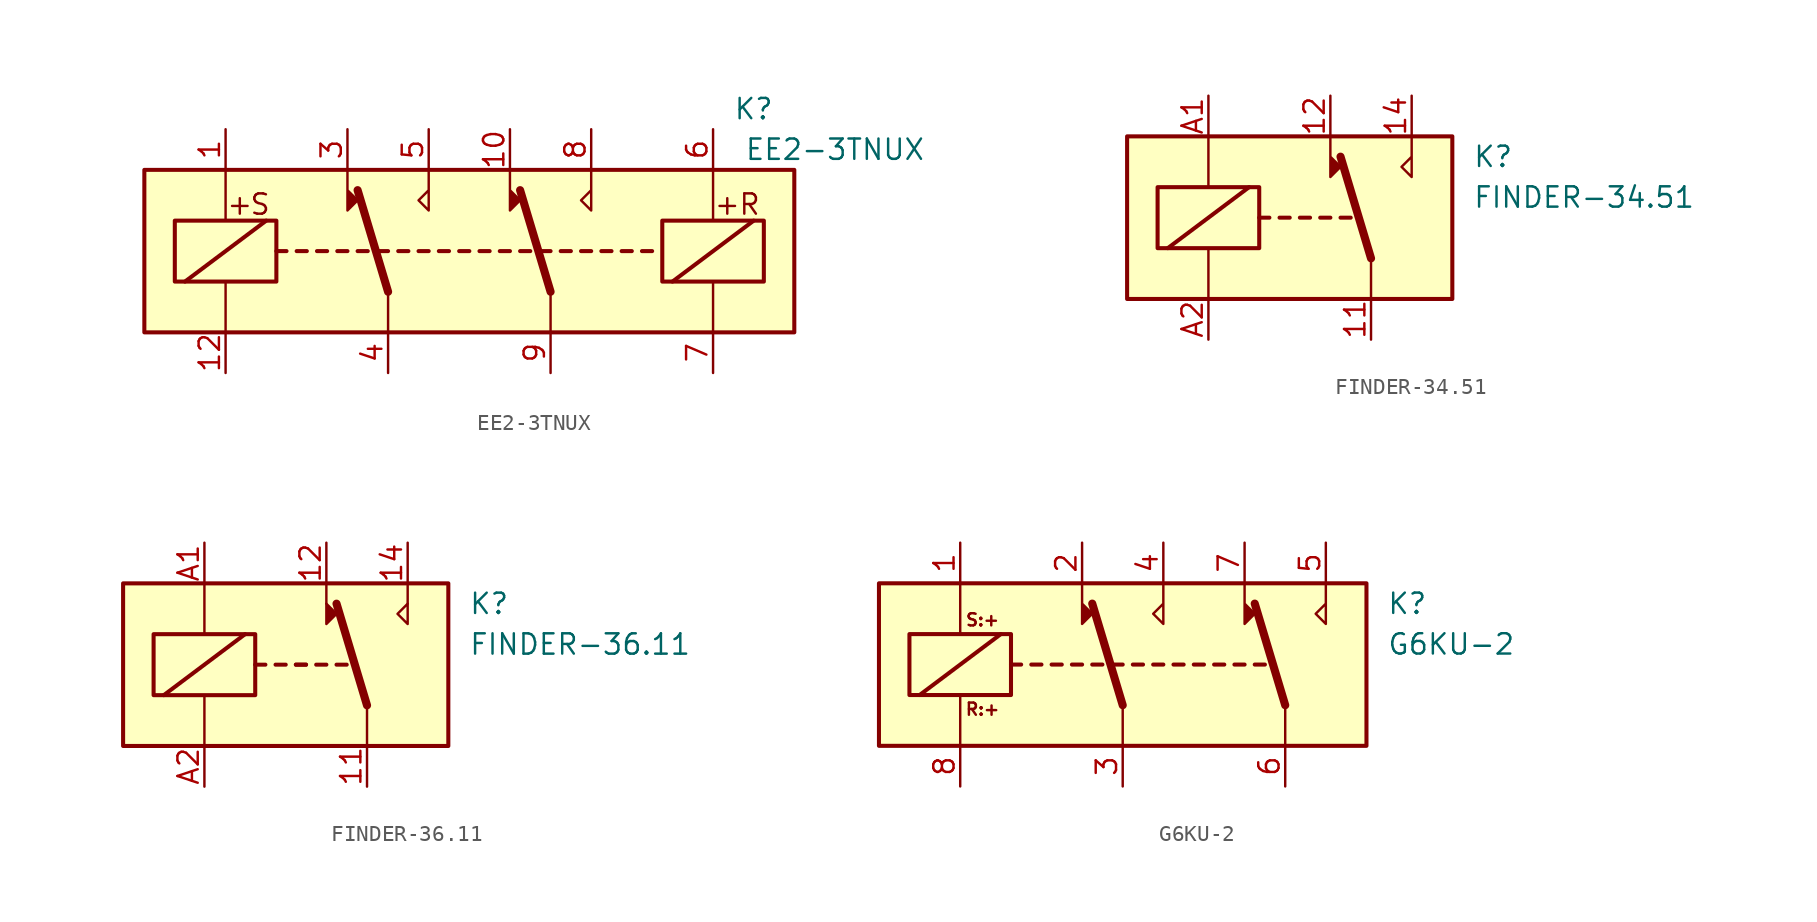
<source format=kicad_sym>
(kicad_symbol_lib
  (version 20241209)
  (generator "kicad_symbol_editor")
  (generator_version "9.0")
  (symbol "EE2-3TNUX"
    (property "Reference" "K"
      (at 17.78 8.89 0)
      (effects (font (size 1.27 1.27))))
    (property "Value" "EE2-3TNUX"
      (at 22.86 6.35 0)
      (effects (font (size 1.27 1.27))))
    (symbol "EE2-3TNUX_1_1"
      (rectangle (start -20.32 5.08) (end 20.32 -5.08) (stroke (width 0.254) (type default)) (fill (type background)))
      (rectangle (start -18.415 1.905) (end -12.065 -1.905) (stroke (width 0.254) (type default)) (fill (type none)))
      (polyline (pts (xy -17.78 -1.905) (xy -12.7 1.905)) (stroke (width 0.254) (type default)) (fill (type none)))
      (polyline (pts (xy -15.24 5.08) (xy -15.24 1.905)) (stroke (width 0) (type default)) (fill (type none)))
      (polyline (pts (xy -15.24 -5.08) (xy -15.24 -1.905)) (stroke (width 0) (type default)) (fill (type none)))
      (polyline (pts (xy -12.065 0) (xy -11.43 0)) (stroke (width 0.254) (type default)) (fill (type none)))
      (polyline (pts (xy -10.795 0) (xy -10.16 0)) (stroke (width 0.254) (type default)) (fill (type none)))
      (polyline (pts (xy -9.525 0) (xy -8.89 0)) (stroke (width 0.254) (type default)) (fill (type none)))
      (polyline (pts (xy -8.255 0) (xy -7.62 0)) (stroke (width 0.254) (type default)) (fill (type none)))
      (polyline (pts (xy -7.62 5.08) (xy -7.62 2.54) (xy -6.985 3.175) (xy -7.62 3.81)) (stroke (width 0) (type default)) (fill (type outline)))
      (polyline (pts (xy -6.985 0) (xy -6.35 0)) (stroke (width 0.254) (type default)) (fill (type none)))
      (polyline (pts (xy -5.715 0) (xy -5.08 0)) (stroke (width 0.254) (type default)) (fill (type none)))
      (polyline (pts (xy -5.08 -2.54) (xy -6.985 3.81)) (stroke (width 0.508) (type default)) (fill (type none)))
      (polyline (pts (xy -5.08 -2.54) (xy -5.08 -5.08)) (stroke (width 0) (type default)) (fill (type none)))
      (polyline (pts (xy -4.445 0) (xy -3.81 0)) (stroke (width 0.254) (type default)) (fill (type none)))
      (polyline (pts (xy -3.175 0) (xy -2.54 0)) (stroke (width 0.254) (type default)) (fill (type none)))
      (polyline (pts (xy -2.54 5.08) (xy -2.54 2.54) (xy -3.175 3.175) (xy -2.54 3.81)) (stroke (width 0) (type default)) (fill (type none)))
      (polyline (pts (xy -1.905 0) (xy -1.27 0)) (stroke (width 0.254) (type default)) (fill (type none)))
      (polyline (pts (xy -0.635 0) (xy 0 0)) (stroke (width 0.254) (type default)) (fill (type none)))
      (polyline (pts (xy 0.635 0) (xy 1.27 0)) (stroke (width 0.254) (type default)) (fill (type none)))
      (polyline (pts (xy 1.905 0) (xy 2.54 0)) (stroke (width 0.254) (type default)) (fill (type none)))
      (polyline (pts (xy 2.54 5.08) (xy 2.54 2.54) (xy 3.175 3.175) (xy 2.54 3.81)) (stroke (width 0) (type default)) (fill (type outline)))
      (polyline (pts (xy 3.175 0) (xy 3.81 0)) (stroke (width 0.254) (type default)) (fill (type none)))
      (polyline (pts (xy 4.445 0) (xy 5.08 0)) (stroke (width 0.254) (type default)) (fill (type none)))
      (polyline (pts (xy 5.08 -2.54) (xy 3.175 3.81)) (stroke (width 0.508) (type default)) (fill (type none)))
      (polyline (pts (xy 5.08 -2.54) (xy 5.08 -5.08)) (stroke (width 0) (type default)) (fill (type none)))
      (polyline (pts (xy 5.715 0) (xy 6.35 0)) (stroke (width 0.254) (type default)) (fill (type none)))
      (polyline (pts (xy 6.985 0) (xy 7.62 0)) (stroke (width 0.254) (type default)) (fill (type none)))
      (polyline (pts (xy 7.62 5.08) (xy 7.62 2.54) (xy 6.985 3.175) (xy 7.62 3.81)) (stroke (width 0) (type default)) (fill (type none)))
      (polyline (pts (xy 8.255 0) (xy 8.89 0)) (stroke (width 0.254) (type default)) (fill (type none)))
      (polyline (pts (xy 9.525 0) (xy 10.16 0)) (stroke (width 0.254) (type default)) (fill (type none)))
      (polyline (pts (xy 10.795 0) (xy 11.43 0)) (stroke (width 0.254) (type default)) (fill (type none)))
      (rectangle (start 12.065 1.905) (end 18.415 -1.905) (stroke (width 0.254) (type default)) (fill (type none)))
      (polyline (pts (xy 12.7 -1.905) (xy 17.78 1.905)) (stroke (width 0.254) (type default)) (fill (type none)))
      (polyline (pts (xy 15.24 5.08) (xy 15.24 1.905)) (stroke (width 0) (type default)) (fill (type none)))
      (polyline (pts (xy 15.24 -5.08) (xy 15.24 -1.905)) (stroke (width 0) (type default)) (fill (type none)))
      (text "+" (at -14.351 2.921 0) (effects (font (size 1.27 1.27))))
      (text "S" (at -13.081 2.921 0) (effects (font (size 1.27 1.27))))
      (text "+" (at 16.129 2.921 0) (effects (font (size 1.27 1.27))))
      (text "R" (at 17.526 2.921 0) (effects (font (size 1.27 1.27))))
      (pin passive line (at -15.24 7.62 270) (length 2.54) (name "~" (effects (font (size 1.27 1.27)))) (number "1" (effects (font (size 1.27 1.27)))))
      (pin passive line (at -15.24 -7.62 90) (length 2.54) (name "~" (effects (font (size 1.27 1.27)))) (number "12" (effects (font (size 1.27 1.27)))))
      (pin passive line (at -7.62 7.62 270) (length 2.54) (name "~" (effects (font (size 1.27 1.27)))) (number "3" (effects (font (size 1.27 1.27)))))
      (pin passive line (at -5.08 -7.62 90) (length 2.54) (name "~" (effects (font (size 1.27 1.27)))) (number "4" (effects (font (size 1.27 1.27)))))
      (pin passive line (at -2.54 7.62 270) (length 2.54) (name "~" (effects (font (size 1.27 1.27)))) (number "5" (effects (font (size 1.27 1.27)))))
      (pin passive line (at 2.54 7.62 270) (length 2.54) (name "~" (effects (font (size 1.27 1.27)))) (number "10" (effects (font (size 1.27 1.27)))))
      (pin passive line (at 5.08 -7.62 90) (length 2.54) (name "~" (effects (font (size 1.27 1.27)))) (number "9" (effects (font (size 1.27 1.27)))))
      (pin passive line (at 7.62 7.62 270) (length 2.54) (name "~" (effects (font (size 1.27 1.27)))) (number "8" (effects (font (size 1.27 1.27)))))
      (pin passive line (at 15.24 7.62 270) (length 2.54) (name "~" (effects (font (size 1.27 1.27)))) (number "6" (effects (font (size 1.27 1.27)))))
      (pin passive line (at 15.24 -7.62 90) (length 2.54) (name "~" (effects (font (size 1.27 1.27)))) (number "7" (effects (font (size 1.27 1.27)))))))
  (symbol "FINDER-34.51"
    (property "Reference" "K"
      (at 11.43 3.81 0)
      (effects (font (size 1.27 1.27)) (justify left)))
    (property "Value" "FINDER-34.51"
      (at 11.43 1.27 0)
      (effects (font (size 1.27 1.27)) (justify left)))
    (symbol "FINDER-34.51_0_0"
      (polyline (pts (xy 7.62 5.08) (xy 7.62 2.54) (xy 6.985 3.175) (xy 7.62 3.81)) (stroke (width 0) (type default)) (fill (type none))))
    (symbol "FINDER-34.51_0_1"
      (rectangle (start -10.16 5.08) (end 10.16 -5.08) (stroke (width 0.254) (type default)) (fill (type background)))
      (rectangle (start -8.255 1.905) (end -1.905 -1.905) (stroke (width 0.254) (type default)) (fill (type none)))
      (polyline (pts (xy -7.62 -1.905) (xy -2.54 1.905)) (stroke (width 0.254) (type default)) (fill (type none)))
      (polyline (pts (xy -5.08 5.08) (xy -5.08 1.905)) (stroke (width 0) (type default)) (fill (type none)))
      (polyline (pts (xy -5.08 -5.08) (xy -5.08 -1.905)) (stroke (width 0) (type default)) (fill (type none)))
      (polyline (pts (xy -1.905 0) (xy -1.27 0)) (stroke (width 0.254) (type default)) (fill (type none)))
      (polyline (pts (xy -0.635 0) (xy 0 0)) (stroke (width 0.254) (type default)) (fill (type none)))
      (polyline (pts (xy 0.635 0) (xy 1.27 0)) (stroke (width 0.254) (type default)) (fill (type none)))
      (polyline (pts (xy 1.905 0) (xy 2.54 0)) (stroke (width 0.254) (type default)) (fill (type none)))
      (polyline (pts (xy 2.54 5.08) (xy 2.54 2.54) (xy 3.175 3.175) (xy 2.54 3.81)) (stroke (width 0) (type default)) (fill (type outline)))
      (polyline (pts (xy 3.175 0) (xy 3.81 0)) (stroke (width 0.254) (type default)) (fill (type none)))
      (polyline (pts (xy 5.08 -2.54) (xy 3.175 3.81)) (stroke (width 0.508) (type default)) (fill (type none)))
      (polyline (pts (xy 5.08 -2.54) (xy 5.08 -5.08)) (stroke (width 0) (type default)) (fill (type none))))
    (symbol "FINDER-34.51_1_1"
      (pin passive line (at -5.08 7.62 270) (length 2.54) (name "~" (effects (font (size 1.27 1.27)))) (number "A1" (effects (font (size 1.27 1.27)))))
      (pin passive line (at -5.08 -7.62 90) (length 2.54) (name "~" (effects (font (size 1.27 1.27)))) (number "A2" (effects (font (size 1.27 1.27)))))
      (pin passive line (at 2.54 7.62 270) (length 2.54) (name "~" (effects (font (size 1.27 1.27)))) (number "12" (effects (font (size 1.27 1.27)))))
      (pin passive line (at 5.08 -7.62 90) (length 2.54) (name "~" (effects (font (size 1.27 1.27)))) (number "11" (effects (font (size 1.27 1.27)))))
      (pin passive line (at 7.62 7.62 270) (length 2.54) (name "~" (effects (font (size 1.27 1.27)))) (number "14" (effects (font (size 1.27 1.27)))))))
  (symbol "FINDER-36.11"
    (property "Reference" "K"
      (at 11.43 3.81 0)
      (effects (font (size 1.27 1.27)) (justify left)))
    (property "Value" "FINDER-36.11"
      (at 11.43 1.27 0)
      (effects (font (size 1.27 1.27)) (justify left)))
    (symbol "FINDER-36.11_0_0"
      (polyline (pts (xy 2.54 3.81) (xy 2.54 5.08)) (stroke (width 0) (type default)) (fill (type none)))
      (polyline (pts (xy 7.62 3.81) (xy 7.62 5.08)) (stroke (width 0) (type default)) (fill (type none)))
      (polyline (pts (xy 7.62 3.81) (xy 7.62 2.54) (xy 6.985 3.175) (xy 7.62 3.81)) (stroke (width 0) (type default)) (fill (type none))))
    (symbol "FINDER-36.11_0_1"
      (rectangle (start -10.16 5.08) (end 10.16 -5.08) (stroke (width 0.254) (type default)) (fill (type background)))
      (rectangle (start -8.255 1.905) (end -1.905 -1.905) (stroke (width 0.254) (type default)) (fill (type none)))
      (polyline (pts (xy -7.62 -1.905) (xy -2.54 1.905)) (stroke (width 0.254) (type default)) (fill (type none)))
      (polyline (pts (xy -5.08 5.08) (xy -5.08 1.905)) (stroke (width 0) (type default)) (fill (type none)))
      (polyline (pts (xy -5.08 -5.08) (xy -5.08 -1.905)) (stroke (width 0) (type default)) (fill (type none)))
      (polyline (pts (xy -1.905 0) (xy -1.27 0)) (stroke (width 0.254) (type default)) (fill (type none)))
      (polyline (pts (xy -0.635 0) (xy 0 0)) (stroke (width 0.254) (type default)) (fill (type none)))
      (polyline (pts (xy 0.635 0) (xy 1.27 0)) (stroke (width 0.254) (type default)) (fill (type none)))
      (polyline (pts (xy 0.635 0) (xy 1.27 0)) (stroke (width 0.254) (type default)) (fill (type none)))
      (polyline (pts (xy 1.905 0) (xy 2.54 0)) (stroke (width 0.254) (type default)) (fill (type none)))
      (polyline (pts (xy 2.54 2.54) (xy 2.54 3.81) (xy 2.54 2.54) (xy 2.54 2.54) (xy 3.175 3.175) (xy 2.54 3.81)) (stroke (width 0) (type default)) (fill (type outline)))
      (polyline (pts (xy 3.175 0) (xy 3.81 0)) (stroke (width 0.254) (type default)) (fill (type none)))
      (polyline (pts (xy 5.08 -2.54) (xy 3.175 3.81)) (stroke (width 0.508) (type default)) (fill (type none)))
      (polyline (pts (xy 5.08 -2.54) (xy 5.08 -5.08)) (stroke (width 0) (type default)) (fill (type none))))
    (symbol "FINDER-36.11_1_1"
      (pin passive line (at -5.08 7.62 270) (length 2.54) (name "~" (effects (font (size 1.27 1.27)))) (number "A1" (effects (font (size 1.27 1.27)))))
      (pin passive line (at -5.08 -7.62 90) (length 2.54) (name "~" (effects (font (size 1.27 1.27)))) (number "A2" (effects (font (size 1.27 1.27)))))
      (pin passive line (at 2.54 7.62 270) (length 2.54) (name "~" (effects (font (size 1.27 1.27)))) (number "12" (effects (font (size 1.27 1.27)))))
      (pin passive line (at 5.08 -7.62 90) (length 2.54) (name "~" (effects (font (size 1.27 1.27)))) (number "11" (effects (font (size 1.27 1.27)))))
      (pin passive line (at 7.62 7.62 270) (length 2.54) (name "~" (effects (font (size 1.27 1.27)))) (number "14" (effects (font (size 1.27 1.27)))))))
  (symbol "G6KU-2"
    (property "Reference" "K"
      (at 16.51 3.81 0)
      (effects (font (size 1.27 1.27)) (justify left)))
    (property "Value" "G6KU-2"
      (at 16.51 1.27 0)
      (effects (font (size 1.27 1.27)) (justify left)))
    (symbol "G6KU-2_0_0"
      (text "S:+" (at -8.763 2.794 0) (effects (font (size 0.762 0.762))))
      (text "R:+" (at -8.763 -2.794 0) (effects (font (size 0.762 0.762)))))
    (symbol "G6KU-2_0_1"
      (rectangle (start -15.24 5.08) (end 15.24 -5.08) (stroke (width 0.254) (type default)) (fill (type background)))
      (rectangle (start -13.335 1.905) (end -6.985 -1.905) (stroke (width 0.254) (type default)) (fill (type none)))
      (polyline (pts (xy -12.7 -1.905) (xy -7.62 1.905)) (stroke (width 0.254) (type default)) (fill (type none)))
      (polyline (pts (xy -10.16 5.08) (xy -10.16 1.905)) (stroke (width 0) (type default)) (fill (type none)))
      (polyline (pts (xy -10.16 -5.08) (xy -10.16 -1.905)) (stroke (width 0) (type default)) (fill (type none)))
      (polyline (pts (xy -6.985 0) (xy -6.35 0)) (stroke (width 0.254) (type default)) (fill (type none)))
      (polyline (pts (xy -5.715 0) (xy -5.08 0)) (stroke (width 0.254) (type default)) (fill (type none)))
      (polyline (pts (xy -4.445 0) (xy -3.81 0)) (stroke (width 0.254) (type default)) (fill (type none)))
      (polyline (pts (xy -3.175 0) (xy -2.54 0)) (stroke (width 0.254) (type default)) (fill (type none)))
      (polyline (pts (xy -2.54 5.08) (xy -2.54 2.54) (xy -1.905 3.175) (xy -2.54 3.81)) (stroke (width 0) (type default)) (fill (type outline)))
      (polyline (pts (xy -1.905 0) (xy -1.27 0)) (stroke (width 0.254) (type default)) (fill (type none)))
      (polyline (pts (xy -0.635 0) (xy 0 0)) (stroke (width 0.254) (type default)) (fill (type none)))
      (polyline (pts (xy 0 -2.54) (xy -1.905 3.81)) (stroke (width 0.508) (type default)) (fill (type none)))
      (polyline (pts (xy 0 -2.54) (xy 0 -5.08)) (stroke (width 0) (type default)) (fill (type none)))
      (polyline (pts (xy 0.635 0) (xy 1.27 0)) (stroke (width 0.254) (type default)) (fill (type none)))
      (polyline (pts (xy 1.905 0) (xy 2.54 0)) (stroke (width 0.254) (type default)) (fill (type none)))
      (polyline (pts (xy 2.54 5.08) (xy 2.54 2.54) (xy 1.905 3.175) (xy 2.54 3.81)) (stroke (width 0) (type default)) (fill (type none)))
      (polyline (pts (xy 3.175 0) (xy 3.81 0)) (stroke (width 0.254) (type default)) (fill (type none)))
      (polyline (pts (xy 4.445 0) (xy 5.08 0)) (stroke (width 0.254) (type default)) (fill (type none)))
      (polyline (pts (xy 5.715 0) (xy 6.35 0)) (stroke (width 0.254) (type default)) (fill (type none)))
      (polyline (pts (xy 6.985 0) (xy 7.62 0)) (stroke (width 0.254) (type default)) (fill (type none)))
      (polyline (pts (xy 7.62 5.08) (xy 7.62 2.54) (xy 8.255 3.175) (xy 7.62 3.81)) (stroke (width 0) (type default)) (fill (type outline)))
      (polyline (pts (xy 8.255 0) (xy 8.89 0)) (stroke (width 0.254) (type default)) (fill (type none)))
      (polyline (pts (xy 10.16 -2.54) (xy 8.255 3.81)) (stroke (width 0.508) (type default)) (fill (type none)))
      (polyline (pts (xy 10.16 -2.54) (xy 10.16 -5.08)) (stroke (width 0) (type default)) (fill (type none)))
      (polyline (pts (xy 12.7 5.08) (xy 12.7 2.54) (xy 12.065 3.175) (xy 12.7 3.81)) (stroke (width 0) (type default)) (fill (type none))))
    (symbol "G6KU-2_1_1"
      (pin passive line (at -10.16 7.62 270) (length 2.54) (name "~" (effects (font (size 1.27 1.27)))) (number "1" (effects (font (size 1.27 1.27)))))
      (pin passive line (at -10.16 -7.62 90) (length 2.54) (name "~" (effects (font (size 1.27 1.27)))) (number "8" (effects (font (size 1.27 1.27)))))
      (pin passive line (at -2.54 7.62 270) (length 2.54) (name "~" (effects (font (size 1.27 1.27)))) (number "2" (effects (font (size 1.27 1.27)))))
      (pin passive line (at 0 -7.62 90) (length 2.54) (name "~" (effects (font (size 1.27 1.27)))) (number "3" (effects (font (size 1.27 1.27)))))
      (pin passive line (at 2.54 7.62 270) (length 2.54) (name "~" (effects (font (size 1.27 1.27)))) (number "4" (effects (font (size 1.27 1.27)))))
      (pin passive line (at 7.62 7.62 270) (length 2.54) (name "~" (effects (font (size 1.27 1.27)))) (number "7" (effects (font (size 1.27 1.27)))))
      (pin passive line (at 10.16 -7.62 90) (length 2.54) (name "~" (effects (font (size 1.27 1.27)))) (number "6" (effects (font (size 1.27 1.27)))))
      (pin passive line (at 12.7 7.62 270) (length 2.54) (name "~" (effects (font (size 1.27 1.27)))) (number "5" (effects (font (size 1.27 1.27))))))))
</source>
